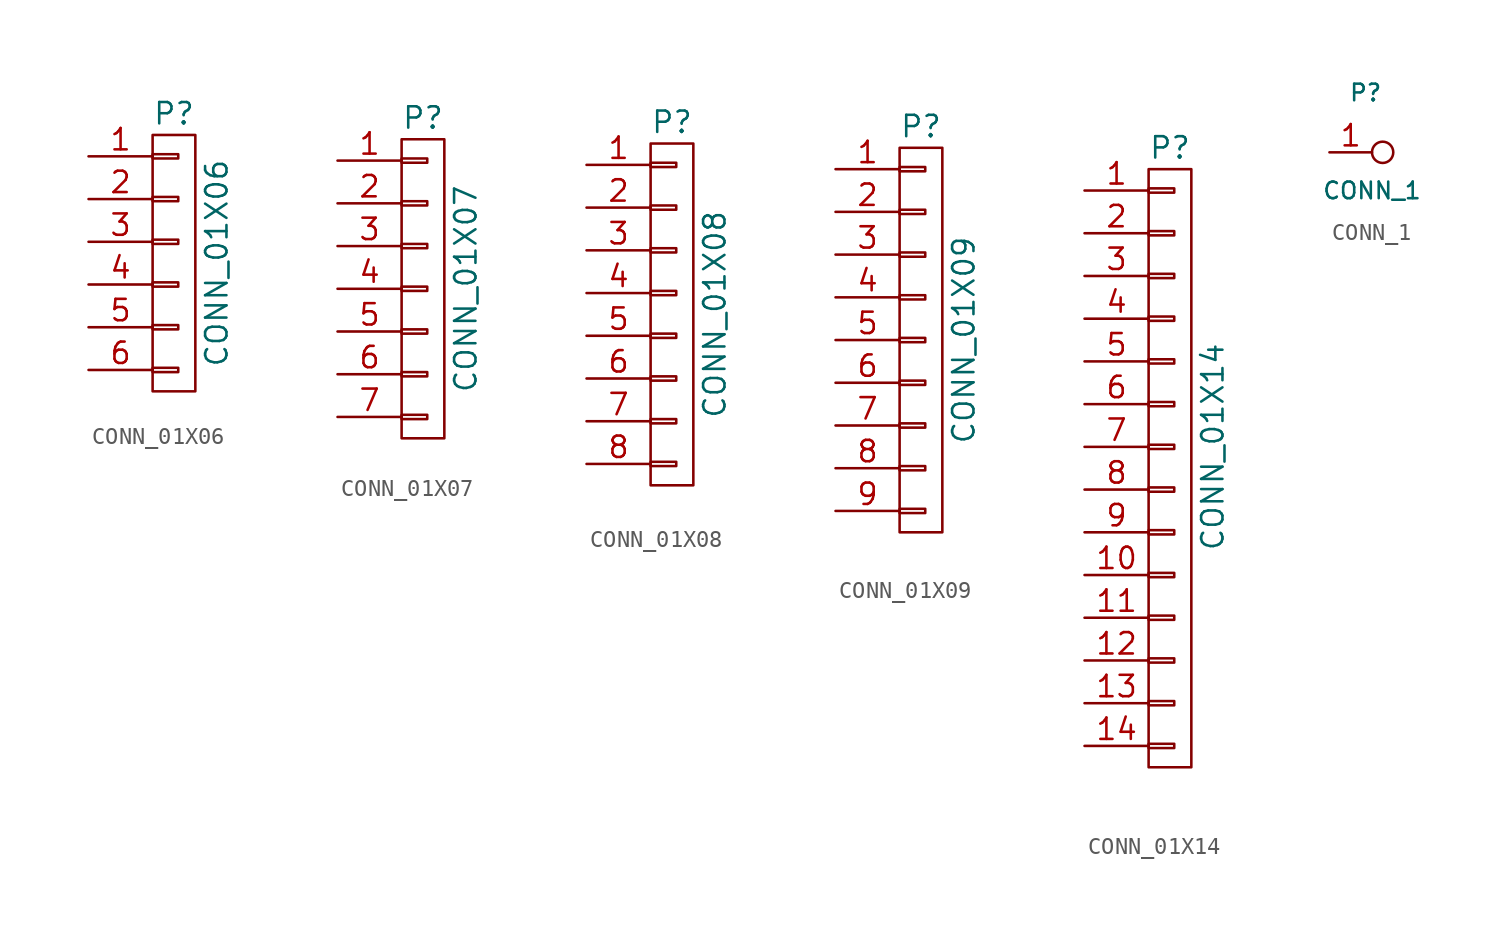
<source format=kicad_sym>
(kicad_symbol_lib
  (version 20211014)
  (generator kicad_symbol_editor)
  (symbol "CONN_01X06"
    (pin_names
      (offset 1.016) hide)
    (property "Reference" "P"
      (at 0 8.89 0)
      (effects (font (size 1.27 1.27))))
    (property "Value" "CONN_01X06"
      (at 2.54 0 90)
      (effects (font (size 1.27 1.27))))
    (property "Footprint" ""
      (at 0 0 0)
      (effects (font (size 1.27 1.27))))
    (property "Datasheet" ""
      (at 0 0 0)
      (effects (font (size 1.27 1.27))))
    (symbol "CONN_01X06_0_1"
      (rectangle (start -1.27 -6.223) (end 0.254 -6.477) (stroke (width 0) (type default) (color 0 0 0 0)) (fill (type none)))
      (rectangle (start -1.27 -3.683) (end 0.254 -3.937) (stroke (width 0) (type default) (color 0 0 0 0)) (fill (type none)))
      (rectangle (start -1.27 -1.143) (end 0.254 -1.397) (stroke (width 0) (type default) (color 0 0 0 0)) (fill (type none)))
      (rectangle (start -1.27 1.397) (end 0.254 1.143) (stroke (width 0) (type default) (color 0 0 0 0)) (fill (type none)))
      (rectangle (start -1.27 3.937) (end 0.254 3.683) (stroke (width 0) (type default) (color 0 0 0 0)) (fill (type none)))
      (rectangle (start -1.27 6.477) (end 0.254 6.223) (stroke (width 0) (type default) (color 0 0 0 0)) (fill (type none)))
      (rectangle (start -1.27 7.62) (end 1.27 -7.62) (stroke (width 0) (type default) (color 0 0 0 0)) (fill (type none))))
    (symbol "CONN_01X06_1_1"
      (pin passive line (at -5.08 6.35 0) (length 3.81) (name "P1" (effects (font (size 1.27 1.27)))) (number "1" (effects (font (size 1.27 1.27)))))
      (pin passive line (at -5.08 3.81 0) (length 3.81) (name "P2" (effects (font (size 1.27 1.27)))) (number "2" (effects (font (size 1.27 1.27)))))
      (pin passive line (at -5.08 1.27 0) (length 3.81) (name "P3" (effects (font (size 1.27 1.27)))) (number "3" (effects (font (size 1.27 1.27)))))
      (pin passive line (at -5.08 -1.27 0) (length 3.81) (name "P4" (effects (font (size 1.27 1.27)))) (number "4" (effects (font (size 1.27 1.27)))))
      (pin passive line (at -5.08 -3.81 0) (length 3.81) (name "P5" (effects (font (size 1.27 1.27)))) (number "5" (effects (font (size 1.27 1.27)))))
      (pin passive line (at -5.08 -6.35 0) (length 3.81) (name "P6" (effects (font (size 1.27 1.27)))) (number "6" (effects (font (size 1.27 1.27)))))))
  (symbol "CONN_01X07"
    (pin_names
      (offset 1.016) hide)
    (property "Reference" "P"
      (at 0 10.16 0)
      (effects (font (size 1.27 1.27))))
    (property "Value" "CONN_01X07"
      (at 2.54 0 90)
      (effects (font (size 1.27 1.27))))
    (property "Footprint" ""
      (at 0 0 0)
      (effects (font (size 1.27 1.27))))
    (property "Datasheet" ""
      (at 0 0 0)
      (effects (font (size 1.27 1.27))))
    (symbol "CONN_01X07_0_1"
      (rectangle (start -1.27 -8.89) (end 1.27 8.89) (stroke (width 0) (type default) (color 0 0 0 0)) (fill (type none)))
      (rectangle (start -1.27 -7.493) (end 0.254 -7.747) (stroke (width 0) (type default) (color 0 0 0 0)) (fill (type none)))
      (rectangle (start -1.27 -4.953) (end 0.254 -5.207) (stroke (width 0) (type default) (color 0 0 0 0)) (fill (type none)))
      (rectangle (start -1.27 -2.413) (end 0.254 -2.667) (stroke (width 0) (type default) (color 0 0 0 0)) (fill (type none)))
      (rectangle (start -1.27 0.127) (end 0.254 -0.127) (stroke (width 0) (type default) (color 0 0 0 0)) (fill (type none)))
      (rectangle (start -1.27 2.667) (end 0.254 2.413) (stroke (width 0) (type default) (color 0 0 0 0)) (fill (type none)))
      (rectangle (start -1.27 5.207) (end 0.254 4.953) (stroke (width 0) (type default) (color 0 0 0 0)) (fill (type none)))
      (rectangle (start -1.27 7.747) (end 0.254 7.493) (stroke (width 0) (type default) (color 0 0 0 0)) (fill (type none))))
    (symbol "CONN_01X07_1_1"
      (pin passive line (at -5.08 7.62 0) (length 3.81) (name "P1" (effects (font (size 1.27 1.27)))) (number "1" (effects (font (size 1.27 1.27)))))
      (pin passive line (at -5.08 5.08 0) (length 3.81) (name "P2" (effects (font (size 1.27 1.27)))) (number "2" (effects (font (size 1.27 1.27)))))
      (pin passive line (at -5.08 2.54 0) (length 3.81) (name "P3" (effects (font (size 1.27 1.27)))) (number "3" (effects (font (size 1.27 1.27)))))
      (pin passive line (at -5.08 0 0) (length 3.81) (name "P4" (effects (font (size 1.27 1.27)))) (number "4" (effects (font (size 1.27 1.27)))))
      (pin passive line (at -5.08 -2.54 0) (length 3.81) (name "P5" (effects (font (size 1.27 1.27)))) (number "5" (effects (font (size 1.27 1.27)))))
      (pin passive line (at -5.08 -5.08 0) (length 3.81) (name "P6" (effects (font (size 1.27 1.27)))) (number "6" (effects (font (size 1.27 1.27)))))
      (pin passive line (at -5.08 -7.62 0) (length 3.81) (name "P7" (effects (font (size 1.27 1.27)))) (number "7" (effects (font (size 1.27 1.27)))))))
  (symbol "CONN_01X08"
    (pin_names
      (offset 1.016) hide)
    (property "Reference" "P"
      (at 0 11.43 0)
      (effects (font (size 1.27 1.27))))
    (property "Value" "CONN_01X08"
      (at 2.54 0 90)
      (effects (font (size 1.27 1.27))))
    (property "Footprint" ""
      (at 0 0 0)
      (effects (font (size 1.27 1.27))))
    (property "Datasheet" ""
      (at 0 0 0)
      (effects (font (size 1.27 1.27))))
    (symbol "CONN_01X08_0_1"
      (rectangle (start -1.27 -10.16) (end 1.27 10.16) (stroke (width 0) (type default) (color 0 0 0 0)) (fill (type none)))
      (rectangle (start -1.27 -8.763) (end 0.254 -9.017) (stroke (width 0) (type default) (color 0 0 0 0)) (fill (type none)))
      (rectangle (start -1.27 -6.223) (end 0.254 -6.477) (stroke (width 0) (type default) (color 0 0 0 0)) (fill (type none)))
      (rectangle (start -1.27 -3.683) (end 0.254 -3.937) (stroke (width 0) (type default) (color 0 0 0 0)) (fill (type none)))
      (rectangle (start -1.27 -1.143) (end 0.254 -1.397) (stroke (width 0) (type default) (color 0 0 0 0)) (fill (type none)))
      (rectangle (start -1.27 1.397) (end 0.254 1.143) (stroke (width 0) (type default) (color 0 0 0 0)) (fill (type none)))
      (rectangle (start -1.27 3.937) (end 0.254 3.683) (stroke (width 0) (type default) (color 0 0 0 0)) (fill (type none)))
      (rectangle (start -1.27 6.477) (end 0.254 6.223) (stroke (width 0) (type default) (color 0 0 0 0)) (fill (type none)))
      (rectangle (start -1.27 9.017) (end 0.254 8.763) (stroke (width 0) (type default) (color 0 0 0 0)) (fill (type none))))
    (symbol "CONN_01X08_1_1"
      (pin passive line (at -5.08 8.89 0) (length 3.81) (name "P1" (effects (font (size 1.27 1.27)))) (number "1" (effects (font (size 1.27 1.27)))))
      (pin passive line (at -5.08 6.35 0) (length 3.81) (name "P2" (effects (font (size 1.27 1.27)))) (number "2" (effects (font (size 1.27 1.27)))))
      (pin passive line (at -5.08 3.81 0) (length 3.81) (name "P3" (effects (font (size 1.27 1.27)))) (number "3" (effects (font (size 1.27 1.27)))))
      (pin passive line (at -5.08 1.27 0) (length 3.81) (name "P4" (effects (font (size 1.27 1.27)))) (number "4" (effects (font (size 1.27 1.27)))))
      (pin passive line (at -5.08 -1.27 0) (length 3.81) (name "P5" (effects (font (size 1.27 1.27)))) (number "5" (effects (font (size 1.27 1.27)))))
      (pin passive line (at -5.08 -3.81 0) (length 3.81) (name "P6" (effects (font (size 1.27 1.27)))) (number "6" (effects (font (size 1.27 1.27)))))
      (pin passive line (at -5.08 -6.35 0) (length 3.81) (name "P7" (effects (font (size 1.27 1.27)))) (number "7" (effects (font (size 1.27 1.27)))))
      (pin passive line (at -5.08 -8.89 0) (length 3.81) (name "P8" (effects (font (size 1.27 1.27)))) (number "8" (effects (font (size 1.27 1.27)))))))
  (symbol "CONN_01X09"
    (pin_names
      (offset 1.016) hide)
    (property "Reference" "P"
      (at 0 12.7 0)
      (effects (font (size 1.27 1.27))))
    (property "Value" "CONN_01X09"
      (at 2.54 0 90)
      (effects (font (size 1.27 1.27))))
    (property "Footprint" ""
      (at 0 0 0)
      (effects (font (size 1.27 1.27))))
    (property "Datasheet" ""
      (at 0 0 0)
      (effects (font (size 1.27 1.27))))
    (symbol "CONN_01X09_0_1"
      (rectangle (start -1.27 -10.033) (end 0.254 -10.287) (stroke (width 0) (type default) (color 0 0 0 0)) (fill (type none)))
      (rectangle (start -1.27 -7.493) (end 0.254 -7.747) (stroke (width 0) (type default) (color 0 0 0 0)) (fill (type none)))
      (rectangle (start -1.27 -4.953) (end 0.254 -5.207) (stroke (width 0) (type default) (color 0 0 0 0)) (fill (type none)))
      (rectangle (start -1.27 -2.413) (end 0.254 -2.667) (stroke (width 0) (type default) (color 0 0 0 0)) (fill (type none)))
      (rectangle (start -1.27 0.127) (end 0.254 -0.127) (stroke (width 0) (type default) (color 0 0 0 0)) (fill (type none)))
      (rectangle (start -1.27 2.667) (end 0.254 2.413) (stroke (width 0) (type default) (color 0 0 0 0)) (fill (type none)))
      (rectangle (start -1.27 5.207) (end 0.254 4.953) (stroke (width 0) (type default) (color 0 0 0 0)) (fill (type none)))
      (rectangle (start -1.27 7.747) (end 0.254 7.493) (stroke (width 0) (type default) (color 0 0 0 0)) (fill (type none)))
      (rectangle (start -1.27 10.287) (end 0.254 10.033) (stroke (width 0) (type default) (color 0 0 0 0)) (fill (type none)))
      (rectangle (start -1.27 11.43) (end 1.27 -11.43) (stroke (width 0) (type default) (color 0 0 0 0)) (fill (type none))))
    (symbol "CONN_01X09_1_1"
      (pin passive line (at -5.08 10.16 0) (length 3.81) (name "P1" (effects (font (size 1.27 1.27)))) (number "1" (effects (font (size 1.27 1.27)))))
      (pin passive line (at -5.08 7.62 0) (length 3.81) (name "P2" (effects (font (size 1.27 1.27)))) (number "2" (effects (font (size 1.27 1.27)))))
      (pin passive line (at -5.08 5.08 0) (length 3.81) (name "P3" (effects (font (size 1.27 1.27)))) (number "3" (effects (font (size 1.27 1.27)))))
      (pin passive line (at -5.08 2.54 0) (length 3.81) (name "P4" (effects (font (size 1.27 1.27)))) (number "4" (effects (font (size 1.27 1.27)))))
      (pin passive line (at -5.08 0 0) (length 3.81) (name "P5" (effects (font (size 1.27 1.27)))) (number "5" (effects (font (size 1.27 1.27)))))
      (pin passive line (at -5.08 -2.54 0) (length 3.81) (name "P6" (effects (font (size 1.27 1.27)))) (number "6" (effects (font (size 1.27 1.27)))))
      (pin passive line (at -5.08 -5.08 0) (length 3.81) (name "P7" (effects (font (size 1.27 1.27)))) (number "7" (effects (font (size 1.27 1.27)))))
      (pin passive line (at -5.08 -7.62 0) (length 3.81) (name "P8" (effects (font (size 1.27 1.27)))) (number "8" (effects (font (size 1.27 1.27)))))
      (pin passive line (at -5.08 -10.16 0) (length 3.81) (name "P9" (effects (font (size 1.27 1.27)))) (number "9" (effects (font (size 1.27 1.27)))))))
  (symbol "CONN_01X14"
    (pin_names
      (offset 1.016) hide)
    (property "Reference" "P"
      (at 0 19.05 0)
      (effects (font (size 1.27 1.27))))
    (property "Value" "CONN_01X14"
      (at 2.54 1.27 90)
      (effects (font (size 1.27 1.27))))
    (property "Footprint" ""
      (at 0 2.54 0)
      (effects (font (size 1.27 1.27))))
    (property "Datasheet" ""
      (at 0 2.54 0)
      (effects (font (size 1.27 1.27))))
    (symbol "CONN_01X14_0_1"
      (rectangle (start -1.27 -17.78) (end 1.27 17.78) (stroke (width 0) (type default) (color 0 0 0 0)) (fill (type none)))
      (rectangle (start -1.27 -16.383) (end 0.254 -16.637) (stroke (width 0) (type default) (color 0 0 0 0)) (fill (type none)))
      (rectangle (start -1.27 -8.763) (end 0.254 -9.017) (stroke (width 0) (type default) (color 0 0 0 0)) (fill (type none)))
      (rectangle (start -1.27 -6.223) (end 0.254 -6.477) (stroke (width 0) (type default) (color 0 0 0 0)) (fill (type none)))
      (rectangle (start -1.27 -3.683) (end 0.254 -3.937) (stroke (width 0) (type default) (color 0 0 0 0)) (fill (type none)))
      (rectangle (start -1.27 -1.143) (end 0.254 -1.397) (stroke (width 0) (type default) (color 0 0 0 0)) (fill (type none)))
      (rectangle (start -1.27 1.397) (end 0.254 1.143) (stroke (width 0) (type default) (color 0 0 0 0)) (fill (type none)))
      (rectangle (start -1.27 3.937) (end 0.254 3.683) (stroke (width 0) (type default) (color 0 0 0 0)) (fill (type none)))
      (rectangle (start -1.27 6.477) (end 0.254 6.223) (stroke (width 0) (type default) (color 0 0 0 0)) (fill (type none)))
      (rectangle (start -1.27 9.017) (end 0.254 8.763) (stroke (width 0) (type default) (color 0 0 0 0)) (fill (type none)))
      (rectangle (start -1.27 11.557) (end 0.254 11.303) (stroke (width 0) (type default) (color 0 0 0 0)) (fill (type none)))
      (rectangle (start -1.27 14.097) (end 0.254 13.843) (stroke (width 0) (type default) (color 0 0 0 0)) (fill (type none)))
      (rectangle (start -1.27 16.637) (end 0.254 16.383) (stroke (width 0) (type default) (color 0 0 0 0)) (fill (type none))))
    (symbol "CONN_01X14_1_1"
      (rectangle (start -1.27 -13.843) (end 0.254 -14.097) (stroke (width 0) (type default) (color 0 0 0 0)) (fill (type none)))
      (rectangle (start -1.27 -11.303) (end 0.254 -11.557) (stroke (width 0) (type default) (color 0 0 0 0)) (fill (type none)))
      (pin passive line (at -5.08 16.51 0) (length 3.81) (name "P1" (effects (font (size 1.27 1.27)))) (number "1" (effects (font (size 1.27 1.27)))))
      (pin passive line (at -5.08 -6.35 0) (length 3.81) (name "P10" (effects (font (size 1.27 1.27)))) (number "10" (effects (font (size 1.27 1.27)))))
      (pin passive line (at -5.08 -8.89 0) (length 3.81) (name "P11" (effects (font (size 1.27 1.27)))) (number "11" (effects (font (size 1.27 1.27)))))
      (pin passive line (at -5.08 -11.43 0) (length 3.81) (name "P12" (effects (font (size 1.27 1.27)))) (number "12" (effects (font (size 1.27 1.27)))))
      (pin input line (at -5.08 -13.97 0) (length 3.81) (name "13" (effects (font (size 1.27 1.27)))) (number "13" (effects (font (size 1.27 1.27)))))
      (pin input line (at -5.08 -16.51 0) (length 3.81) (name "~" (effects (font (size 1.27 1.27)))) (number "14" (effects (font (size 1.27 1.27)))))
      (pin passive line (at -5.08 13.97 0) (length 3.81) (name "P2" (effects (font (size 1.27 1.27)))) (number "2" (effects (font (size 1.27 1.27)))))
      (pin passive line (at -5.08 11.43 0) (length 3.81) (name "P3" (effects (font (size 1.27 1.27)))) (number "3" (effects (font (size 1.27 1.27)))))
      (pin passive line (at -5.08 8.89 0) (length 3.81) (name "P4" (effects (font (size 1.27 1.27)))) (number "4" (effects (font (size 1.27 1.27)))))
      (pin passive line (at -5.08 6.35 0) (length 3.81) (name "P5" (effects (font (size 1.27 1.27)))) (number "5" (effects (font (size 1.27 1.27)))))
      (pin passive line (at -5.08 3.81 0) (length 3.81) (name "P6" (effects (font (size 1.27 1.27)))) (number "6" (effects (font (size 1.27 1.27)))))
      (pin passive line (at -5.08 1.27 0) (length 3.81) (name "P7" (effects (font (size 1.27 1.27)))) (number "7" (effects (font (size 1.27 1.27)))))
      (pin passive line (at -5.08 -1.27 0) (length 3.81) (name "P8" (effects (font (size 1.27 1.27)))) (number "8" (effects (font (size 1.27 1.27)))))
      (pin passive line (at -5.08 -3.81 0) (length 3.81) (name "P9" (effects (font (size 1.27 1.27)))) (number "9" (effects (font (size 1.27 1.27)))))))
  (symbol "CONN_1"
    (pin_names
      (offset 1.016))
    (property "Reference" "P"
      (at -0.381 3.556 0)
      (effects (font (size 0.991 0.991))))
    (property "Value" "CONN_1"
      (at 0 -2.286 0)
      (effects (font (size 0.991 0.991))))
    (property "Footprint" ""
      (at 0 0 0)
      (effects (font (size 1.524 1.524))))
    (property "Datasheet" ""
      (at 0 0 0)
      (effects (font (size 1.524 1.524))))
    (symbol "CONN_1_0_1"
      (circle (center 0.635 0) (radius 0.635) (stroke (width 0) (type default) (color 0 0 0 0)) (fill (type none))))
    (symbol "CONN_1_1_1"
      (pin input line (at -2.54 0 0) (length 2.54) (name "~" (effects (font (size 1.27 1.27)))) (number "1" (effects (font (size 1.27 1.27))))))))
</source>
